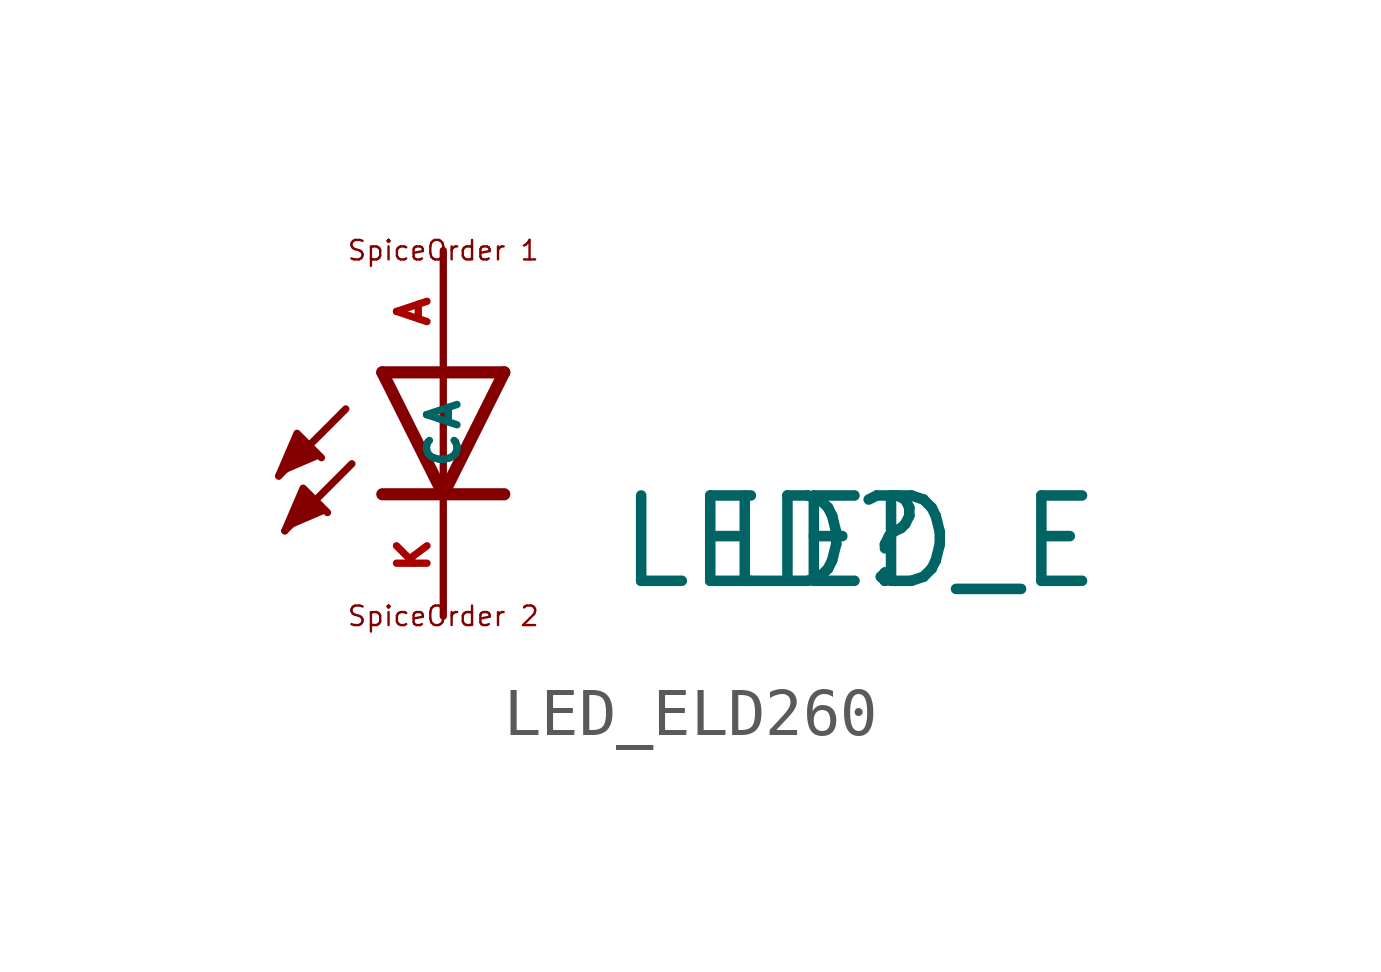
<source format=kicad_sym>
(kicad_symbol_lib
  (version 20220914)
  (generator Eagle2Kicad)
  (symbol "LED_ELD260"
    (property "Reference" "LED"
      (at 3.556 -4.572 0)
      (effects (font (size 1.778 1.778) (thickness 0.22)) (justify left bottom)))
    (property "Value" "LED_E"
      (at 5.715 -4.572 0)
      (effects (font (size 1.778 1.778) (thickness 0.22)) (justify left bottom)))
    (polyline
      (pts (xy -3.429 -2.159) (xy -3.048 -1.27) (xy -2.54 -1.778))
      (stroke (width 0.152) (type default))
      (fill (type outline)))
    (polyline
      (pts (xy -3.302 -3.302) (xy -2.921 -2.413) (xy -2.413 -2.921))
      (stroke (width 0.152) (type default))
      (fill (type outline)))
    (polyline
      (pts (xy 1.27 0) (xy 0 -2.54))
      (stroke (width 0.254) (type default))
      (fill (type none)))
    (polyline
      (pts (xy 0 -2.54) (xy -1.27 0))
      (stroke (width 0.254) (type default))
      (fill (type none)))
    (polyline
      (pts (xy 1.27 -2.54) (xy 0 -2.54))
      (stroke (width 0.254) (type default))
      (fill (type none)))
    (polyline
      (pts (xy 0 -2.54) (xy -1.27 -2.54))
      (stroke (width 0.254) (type default))
      (fill (type none)))
    (polyline
      (pts (xy 1.27 0) (xy 0 0))
      (stroke (width 0.254) (type default))
      (fill (type none)))
    (polyline
      (pts (xy 0 0) (xy -1.27 0))
      (stroke (width 0.254) (type default))
      (fill (type none)))
    (polyline
      (pts (xy 0 0) (xy 0 -2.54))
      (stroke (width 0.152) (type default))
      (fill (type none)))
    (polyline
      (pts (xy -2.032 -0.762) (xy -3.429 -2.159))
      (stroke (width 0.152) (type default))
      (fill (type none)))
    (polyline
      (pts (xy -1.905 -1.905) (xy -3.302 -3.302))
      (stroke (width 0.152) (type default))
      (fill (type none)))
    (text "SpiceOrder 2"
      (at 0 -5.08 0)
      (effects (font (size 0.406 0.406) (thickness 0.05))))
    (text "SpiceOrder 1"
      (at 0 2.54 0)
      (effects (font (size 0.406 0.406) (thickness 0.05))))
    (pin passive line
      (at 0 2.54 270)
      (length 2.54)
      (name "A" (effects (font (size 0.635 0.635) (thickness 0.08)) (justify left bottom)))
      (number "A" (effects (font (size 0.635 0.635) (thickness 0.08)) (justify left bottom))))
    (pin passive line
      (at 0 -5.08 90)
      (length 2.54)
      (name "C" (effects (font (size 0.635 0.635) (thickness 0.08)) (justify left bottom)))
      (number "K" (effects (font (size 0.635 0.635) (thickness 0.08)) (justify left bottom))))))
</source>
